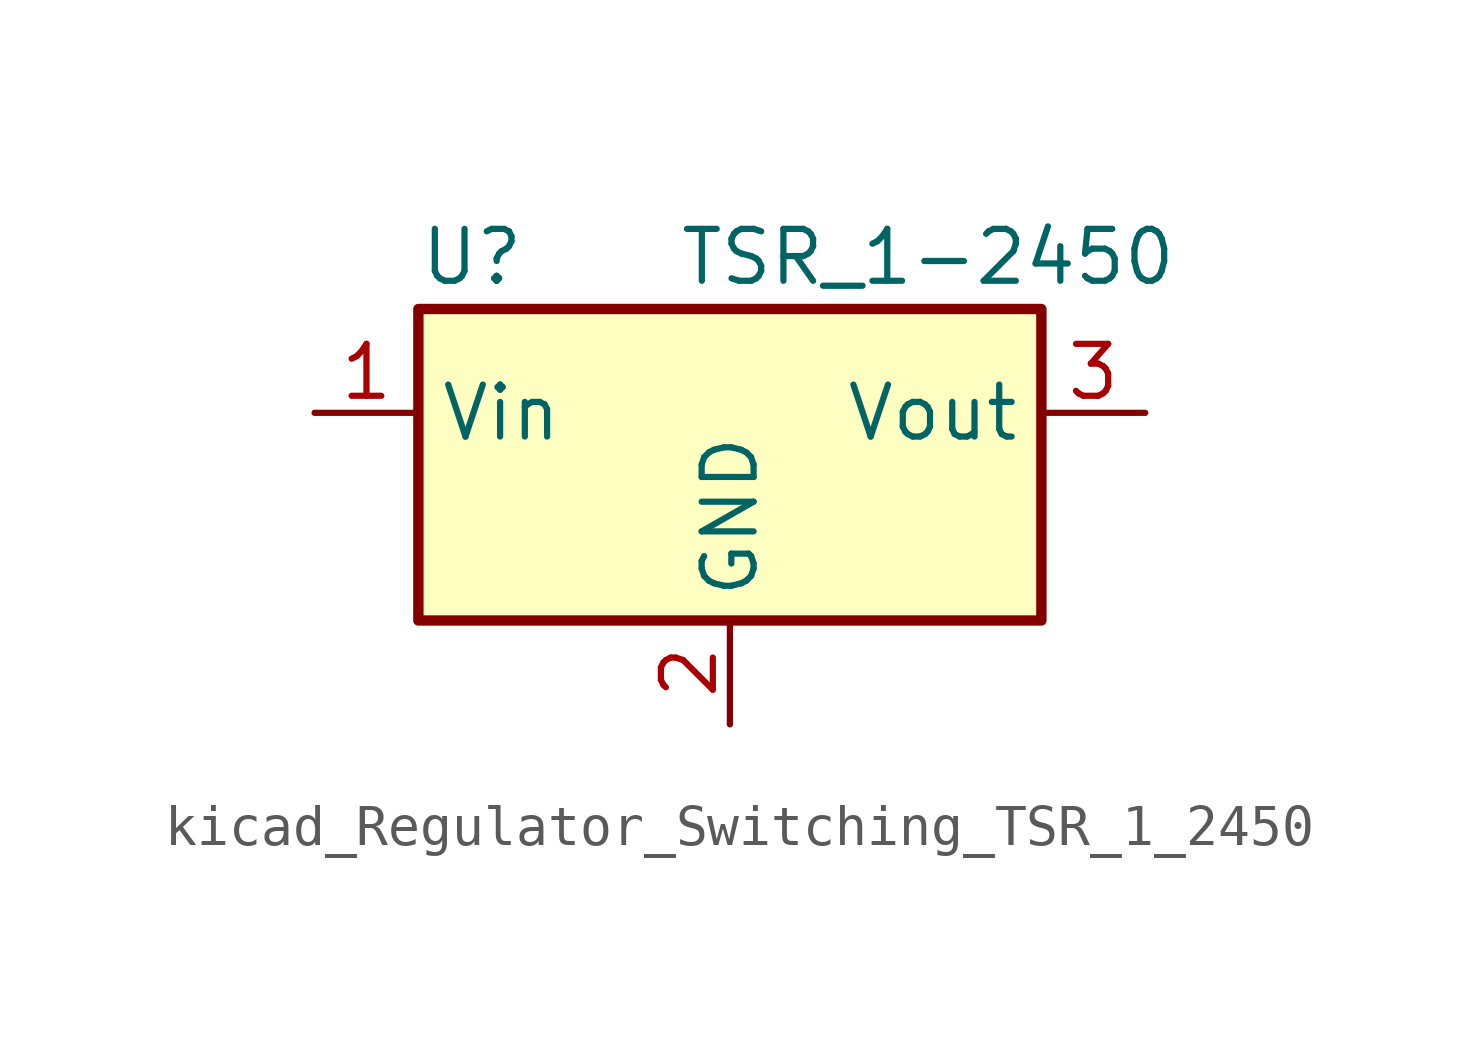
<source format=kicad_sym>
(kicad_symbol_lib
  (version 20220914)
  (generator kicad_symbol_editor)
  (symbol "kicad_Regulator_Switching_TSR_1_2450"
    (property "Reference" "U"
      (at -7.62 6.35 0)
      (effects (font (size 1.27 1.27)) (justify left)))
    (property "Value" "TSR_1-2450"
      (at -1.27 6.35 0)
      (effects (font (size 1.27 1.27)) (justify left)))
    (symbol "kicad_Regulator_Switching_TSR_1_2450_0_1"
      (rectangle (start -7.62 5.08) (end 7.62 -2.54) (stroke (width 0.254) (type default)) (fill (type background))))
    (symbol "kicad_Regulator_Switching_TSR_1_2450_1_1"
      (pin power_in line (at -10.16 2.54 0) (length 2.54) (name "Vin" (effects (font (size 1.27 1.27)))) (number "1" (effects (font (size 1.27 1.27)))))
      (pin power_in line (at 0 -5.08 90) (length 2.54) (name "GND" (effects (font (size 1.27 1.27)))) (number "2" (effects (font (size 1.27 1.27)))))
      (pin power_out line (at 10.16 2.54 180) (length 2.54) (name "Vout" (effects (font (size 1.27 1.27)))) (number "3" (effects (font (size 1.27 1.27))))))))
</source>
